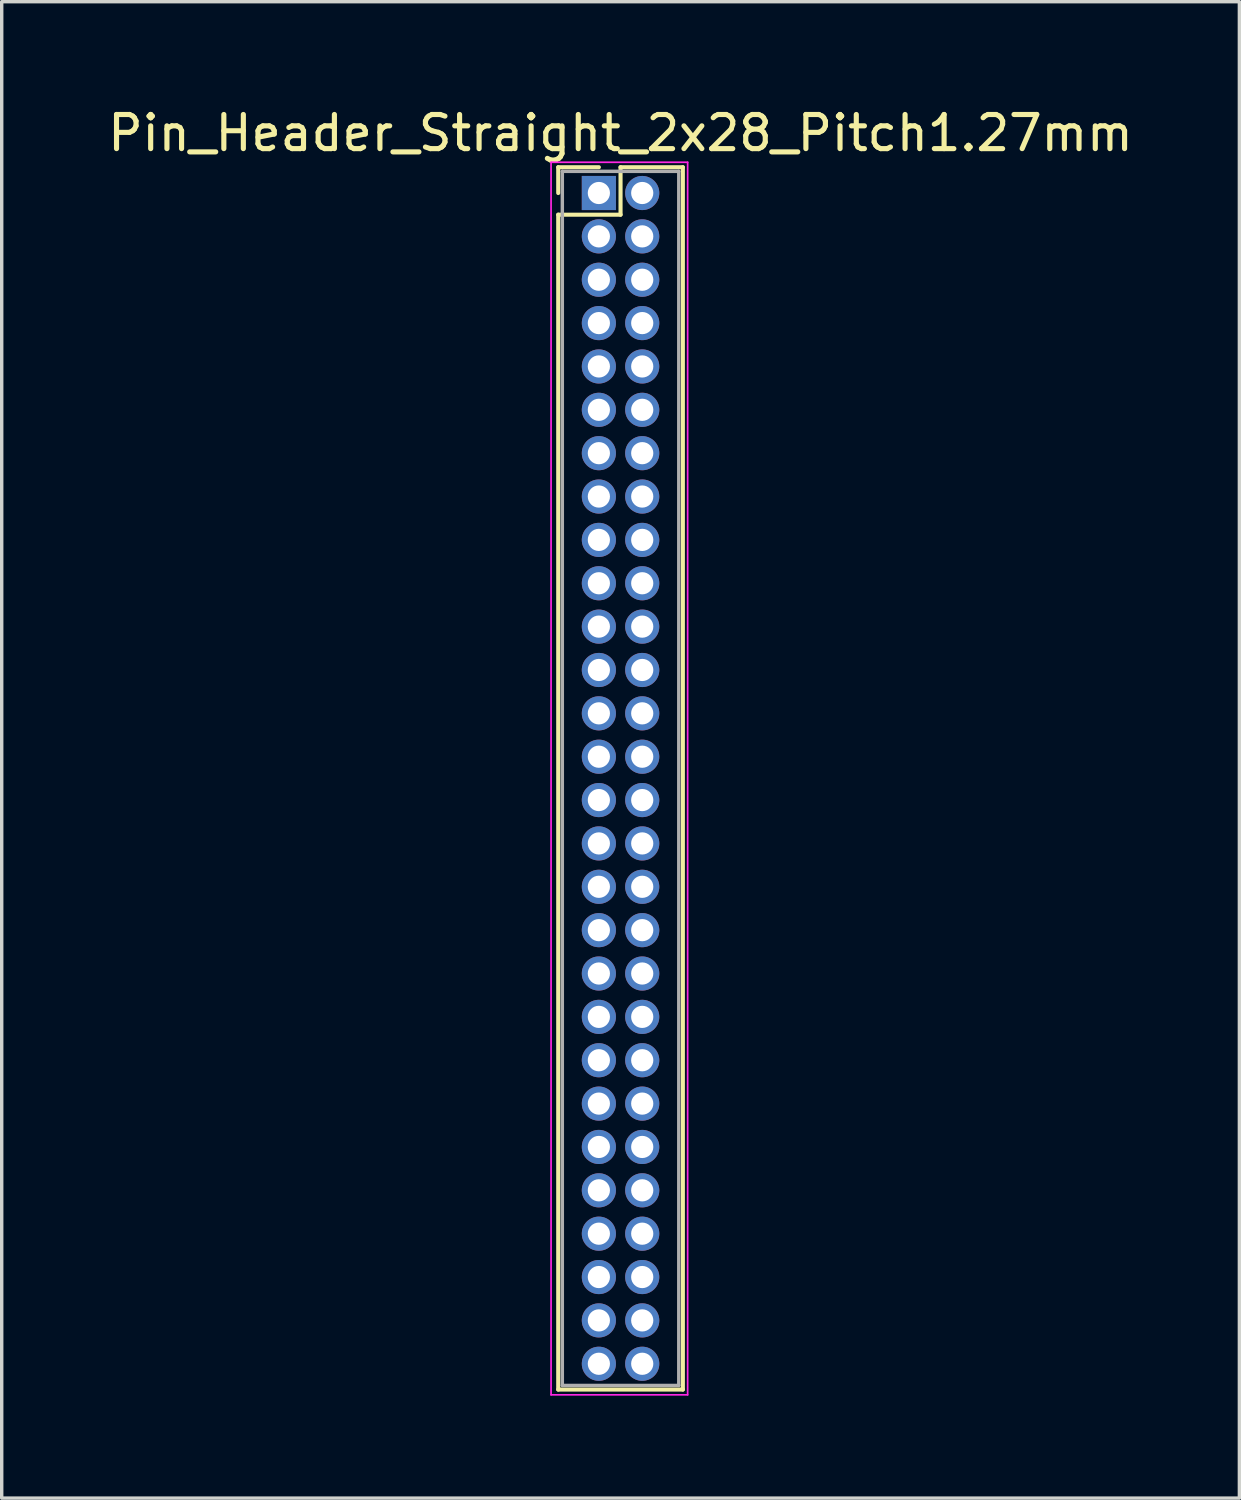
<source format=kicad_pcb>
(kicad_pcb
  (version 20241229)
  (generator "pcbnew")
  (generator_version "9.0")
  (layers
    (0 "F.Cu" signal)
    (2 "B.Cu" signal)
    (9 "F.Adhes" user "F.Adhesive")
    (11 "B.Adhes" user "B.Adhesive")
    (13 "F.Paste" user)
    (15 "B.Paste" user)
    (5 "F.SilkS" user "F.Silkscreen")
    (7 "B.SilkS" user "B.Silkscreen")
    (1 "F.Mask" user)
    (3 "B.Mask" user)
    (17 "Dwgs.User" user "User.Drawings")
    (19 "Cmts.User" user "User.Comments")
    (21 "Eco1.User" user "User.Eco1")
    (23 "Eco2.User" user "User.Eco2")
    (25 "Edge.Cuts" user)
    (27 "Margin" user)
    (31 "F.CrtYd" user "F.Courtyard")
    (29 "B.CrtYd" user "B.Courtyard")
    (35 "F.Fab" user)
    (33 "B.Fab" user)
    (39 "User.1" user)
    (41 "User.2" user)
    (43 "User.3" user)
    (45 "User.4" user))
  (footprint "Pin_Header_Straight_2x28_Pitch1.27mm"
    (layer "F.Cu")
    (at 14.49 2.603)
    (property "Reference" "Pin_Header_Straight_2x28_Pitch1.27mm" (at 0.635 -1.755 0) (layer "F.SilkS") (effects (font (size 1 1) (thickness 0.15))))
    (attr through_hole)
    (fp_line (start -1.19 -0.755) (end 0 -0.755) (stroke (width 0.12) (type solid)) (layer "F.SilkS"))
    (fp_line (start -1.19 0) (end -1.19 -0.755) (stroke (width 0.12) (type solid)) (layer "F.SilkS"))
    (fp_line (start -1.19 0.635) (end -1.19 35.045) (stroke (width 0.12) (type solid)) (layer "F.SilkS"))
    (fp_line (start -1.19 35.045) (end 2.46 35.045) (stroke (width 0.12) (type solid)) (layer "F.SilkS"))
    (fp_line (start 0.635 -0.755) (end 0.635 0.635) (stroke (width 0.12) (type solid)) (layer "F.SilkS"))
    (fp_line (start 0.635 0.635) (end -1.19 0.635) (stroke (width 0.12) (type solid)) (layer "F.SilkS"))
    (fp_line (start 2.46 -0.755) (end 0.635 -0.755) (stroke (width 0.12) (type solid)) (layer "F.SilkS"))
    (fp_line (start 2.46 35.045) (end 2.46 -0.755) (stroke (width 0.12) (type solid)) (layer "F.SilkS"))
    (fp_line (start -1.4 -0.9) (end -1.4 35.2) (stroke (width 0.05) (type solid)) (layer "F.CrtYd"))
    (fp_line (start -1.4 35.2) (end 2.6 35.2) (stroke (width 0.05) (type solid)) (layer "F.CrtYd"))
    (fp_line (start 2.6 -0.9) (end -1.4 -0.9) (stroke (width 0.05) (type solid)) (layer "F.CrtYd"))
    (fp_line (start 2.6 35.2) (end 2.6 -0.9) (stroke (width 0.05) (type solid)) (layer "F.CrtYd"))
    (fp_line (start -1.07 -0.635) (end -1.07 34.925) (stroke (width 0.1) (type solid)) (layer "F.Fab"))
    (fp_line (start -1.07 34.925) (end 2.34 34.925) (stroke (width 0.1) (type solid)) (layer "F.Fab"))
    (fp_line (start 2.34 -0.635) (end -1.07 -0.635) (stroke (width 0.1) (type solid)) (layer "F.Fab"))
    (fp_line (start 2.34 34.925) (end 2.34 -0.635) (stroke (width 0.1) (type solid)) (layer "F.Fab"))
    (pad "1" thru_hole rect (at 0 0) (size 1 1) (drill 0.65) (layers "*.Cu" "*.Mask"))
    (pad "2" thru_hole oval (at 1.27 0) (size 1 1) (drill 0.65) (layers "*.Cu" "*.Mask"))
    (pad "3" thru_hole oval (at 0 1.27) (size 1 1) (drill 0.65) (layers "*.Cu" "*.Mask"))
    (pad "4" thru_hole oval (at 1.27 1.27) (size 1 1) (drill 0.65) (layers "*.Cu" "*.Mask"))
    (pad "5" thru_hole oval (at 0 2.54) (size 1 1) (drill 0.65) (layers "*.Cu" "*.Mask"))
    (pad "6" thru_hole oval (at 1.27 2.54) (size 1 1) (drill 0.65) (layers "*.Cu" "*.Mask"))
    (pad "7" thru_hole oval (at 0 3.81) (size 1 1) (drill 0.65) (layers "*.Cu" "*.Mask"))
    (pad "8" thru_hole oval (at 1.27 3.81) (size 1 1) (drill 0.65) (layers "*.Cu" "*.Mask"))
    (pad "9" thru_hole oval (at 0 5.08) (size 1 1) (drill 0.65) (layers "*.Cu" "*.Mask"))
    (pad "10" thru_hole oval (at 1.27 5.08) (size 1 1) (drill 0.65) (layers "*.Cu" "*.Mask"))
    (pad "11" thru_hole oval (at 0 6.35) (size 1 1) (drill 0.65) (layers "*.Cu" "*.Mask"))
    (pad "12" thru_hole oval (at 1.27 6.35) (size 1 1) (drill 0.65) (layers "*.Cu" "*.Mask"))
    (pad "13" thru_hole oval (at 0 7.62) (size 1 1) (drill 0.65) (layers "*.Cu" "*.Mask"))
    (pad "14" thru_hole oval (at 1.27 7.62) (size 1 1) (drill 0.65) (layers "*.Cu" "*.Mask"))
    (pad "15" thru_hole oval (at 0 8.89) (size 1 1) (drill 0.65) (layers "*.Cu" "*.Mask"))
    (pad "16" thru_hole oval (at 1.27 8.89) (size 1 1) (drill 0.65) (layers "*.Cu" "*.Mask"))
    (pad "17" thru_hole oval (at 0 10.16) (size 1 1) (drill 0.65) (layers "*.Cu" "*.Mask"))
    (pad "18" thru_hole oval (at 1.27 10.16) (size 1 1) (drill 0.65) (layers "*.Cu" "*.Mask"))
    (pad "19" thru_hole oval (at 0 11.43) (size 1 1) (drill 0.65) (layers "*.Cu" "*.Mask"))
    (pad "20" thru_hole oval (at 1.27 11.43) (size 1 1) (drill 0.65) (layers "*.Cu" "*.Mask"))
    (pad "21" thru_hole oval (at 0 12.7) (size 1 1) (drill 0.65) (layers "*.Cu" "*.Mask"))
    (pad "22" thru_hole oval (at 1.27 12.7) (size 1 1) (drill 0.65) (layers "*.Cu" "*.Mask"))
    (pad "23" thru_hole oval (at 0 13.97) (size 1 1) (drill 0.65) (layers "*.Cu" "*.Mask"))
    (pad "24" thru_hole oval (at 1.27 13.97) (size 1 1) (drill 0.65) (layers "*.Cu" "*.Mask"))
    (pad "25" thru_hole oval (at 0 15.24) (size 1 1) (drill 0.65) (layers "*.Cu" "*.Mask"))
    (pad "26" thru_hole oval (at 1.27 15.24) (size 1 1) (drill 0.65) (layers "*.Cu" "*.Mask"))
    (pad "27" thru_hole oval (at 0 16.51) (size 1 1) (drill 0.65) (layers "*.Cu" "*.Mask"))
    (pad "28" thru_hole oval (at 1.27 16.51) (size 1 1) (drill 0.65) (layers "*.Cu" "*.Mask"))
    (pad "29" thru_hole oval (at 0 17.78) (size 1 1) (drill 0.65) (layers "*.Cu" "*.Mask"))
    (pad "30" thru_hole oval (at 1.27 17.78) (size 1 1) (drill 0.65) (layers "*.Cu" "*.Mask"))
    (pad "31" thru_hole oval (at 0 19.05) (size 1 1) (drill 0.65) (layers "*.Cu" "*.Mask"))
    (pad "32" thru_hole oval (at 1.27 19.05) (size 1 1) (drill 0.65) (layers "*.Cu" "*.Mask"))
    (pad "33" thru_hole oval (at 0 20.32) (size 1 1) (drill 0.65) (layers "*.Cu" "*.Mask"))
    (pad "34" thru_hole oval (at 1.27 20.32) (size 1 1) (drill 0.65) (layers "*.Cu" "*.Mask"))
    (pad "35" thru_hole oval (at 0 21.59) (size 1 1) (drill 0.65) (layers "*.Cu" "*.Mask"))
    (pad "36" thru_hole oval (at 1.27 21.59) (size 1 1) (drill 0.65) (layers "*.Cu" "*.Mask"))
    (pad "37" thru_hole oval (at 0 22.86) (size 1 1) (drill 0.65) (layers "*.Cu" "*.Mask"))
    (pad "38" thru_hole oval (at 1.27 22.86) (size 1 1) (drill 0.65) (layers "*.Cu" "*.Mask"))
    (pad "39" thru_hole oval (at 0 24.13) (size 1 1) (drill 0.65) (layers "*.Cu" "*.Mask"))
    (pad "40" thru_hole oval (at 1.27 24.13) (size 1 1) (drill 0.65) (layers "*.Cu" "*.Mask"))
    (pad "41" thru_hole oval (at 0 25.4) (size 1 1) (drill 0.65) (layers "*.Cu" "*.Mask"))
    (pad "42" thru_hole oval (at 1.27 25.4) (size 1 1) (drill 0.65) (layers "*.Cu" "*.Mask"))
    (pad "43" thru_hole oval (at 0 26.67) (size 1 1) (drill 0.65) (layers "*.Cu" "*.Mask"))
    (pad "44" thru_hole oval (at 1.27 26.67) (size 1 1) (drill 0.65) (layers "*.Cu" "*.Mask"))
    (pad "45" thru_hole oval (at 0 27.94) (size 1 1) (drill 0.65) (layers "*.Cu" "*.Mask"))
    (pad "46" thru_hole oval (at 1.27 27.94) (size 1 1) (drill 0.65) (layers "*.Cu" "*.Mask"))
    (pad "47" thru_hole oval (at 0 29.21) (size 1 1) (drill 0.65) (layers "*.Cu" "*.Mask"))
    (pad "48" thru_hole oval (at 1.27 29.21) (size 1 1) (drill 0.65) (layers "*.Cu" "*.Mask"))
    (pad "49" thru_hole oval (at 0 30.48) (size 1 1) (drill 0.65) (layers "*.Cu" "*.Mask"))
    (pad "50" thru_hole oval (at 1.27 30.48) (size 1 1) (drill 0.65) (layers "*.Cu" "*.Mask"))
    (pad "51" thru_hole oval (at 0 31.75) (size 1 1) (drill 0.65) (layers "*.Cu" "*.Mask"))
    (pad "52" thru_hole oval (at 1.27 31.75) (size 1 1) (drill 0.65) (layers "*.Cu" "*.Mask"))
    (pad "53" thru_hole oval (at 0 33.02) (size 1 1) (drill 0.65) (layers "*.Cu" "*.Mask"))
    (pad "54" thru_hole oval (at 1.27 33.02) (size 1 1) (drill 0.65) (layers "*.Cu" "*.Mask"))
    (pad "55" thru_hole oval (at 0 34.29) (size 1 1) (drill 0.65) (layers "*.Cu" "*.Mask"))
    (pad "56" thru_hole oval (at 1.27 34.29) (size 1 1) (drill 0.65) (layers "*.Cu" "*.Mask")))
  (gr_rect
    (start -3 -3)
    (end 33.25 40.828)
    (stroke (width 0.1) (type default))
    (fill no)
    (layer "Edge.Cuts")))
</source>
